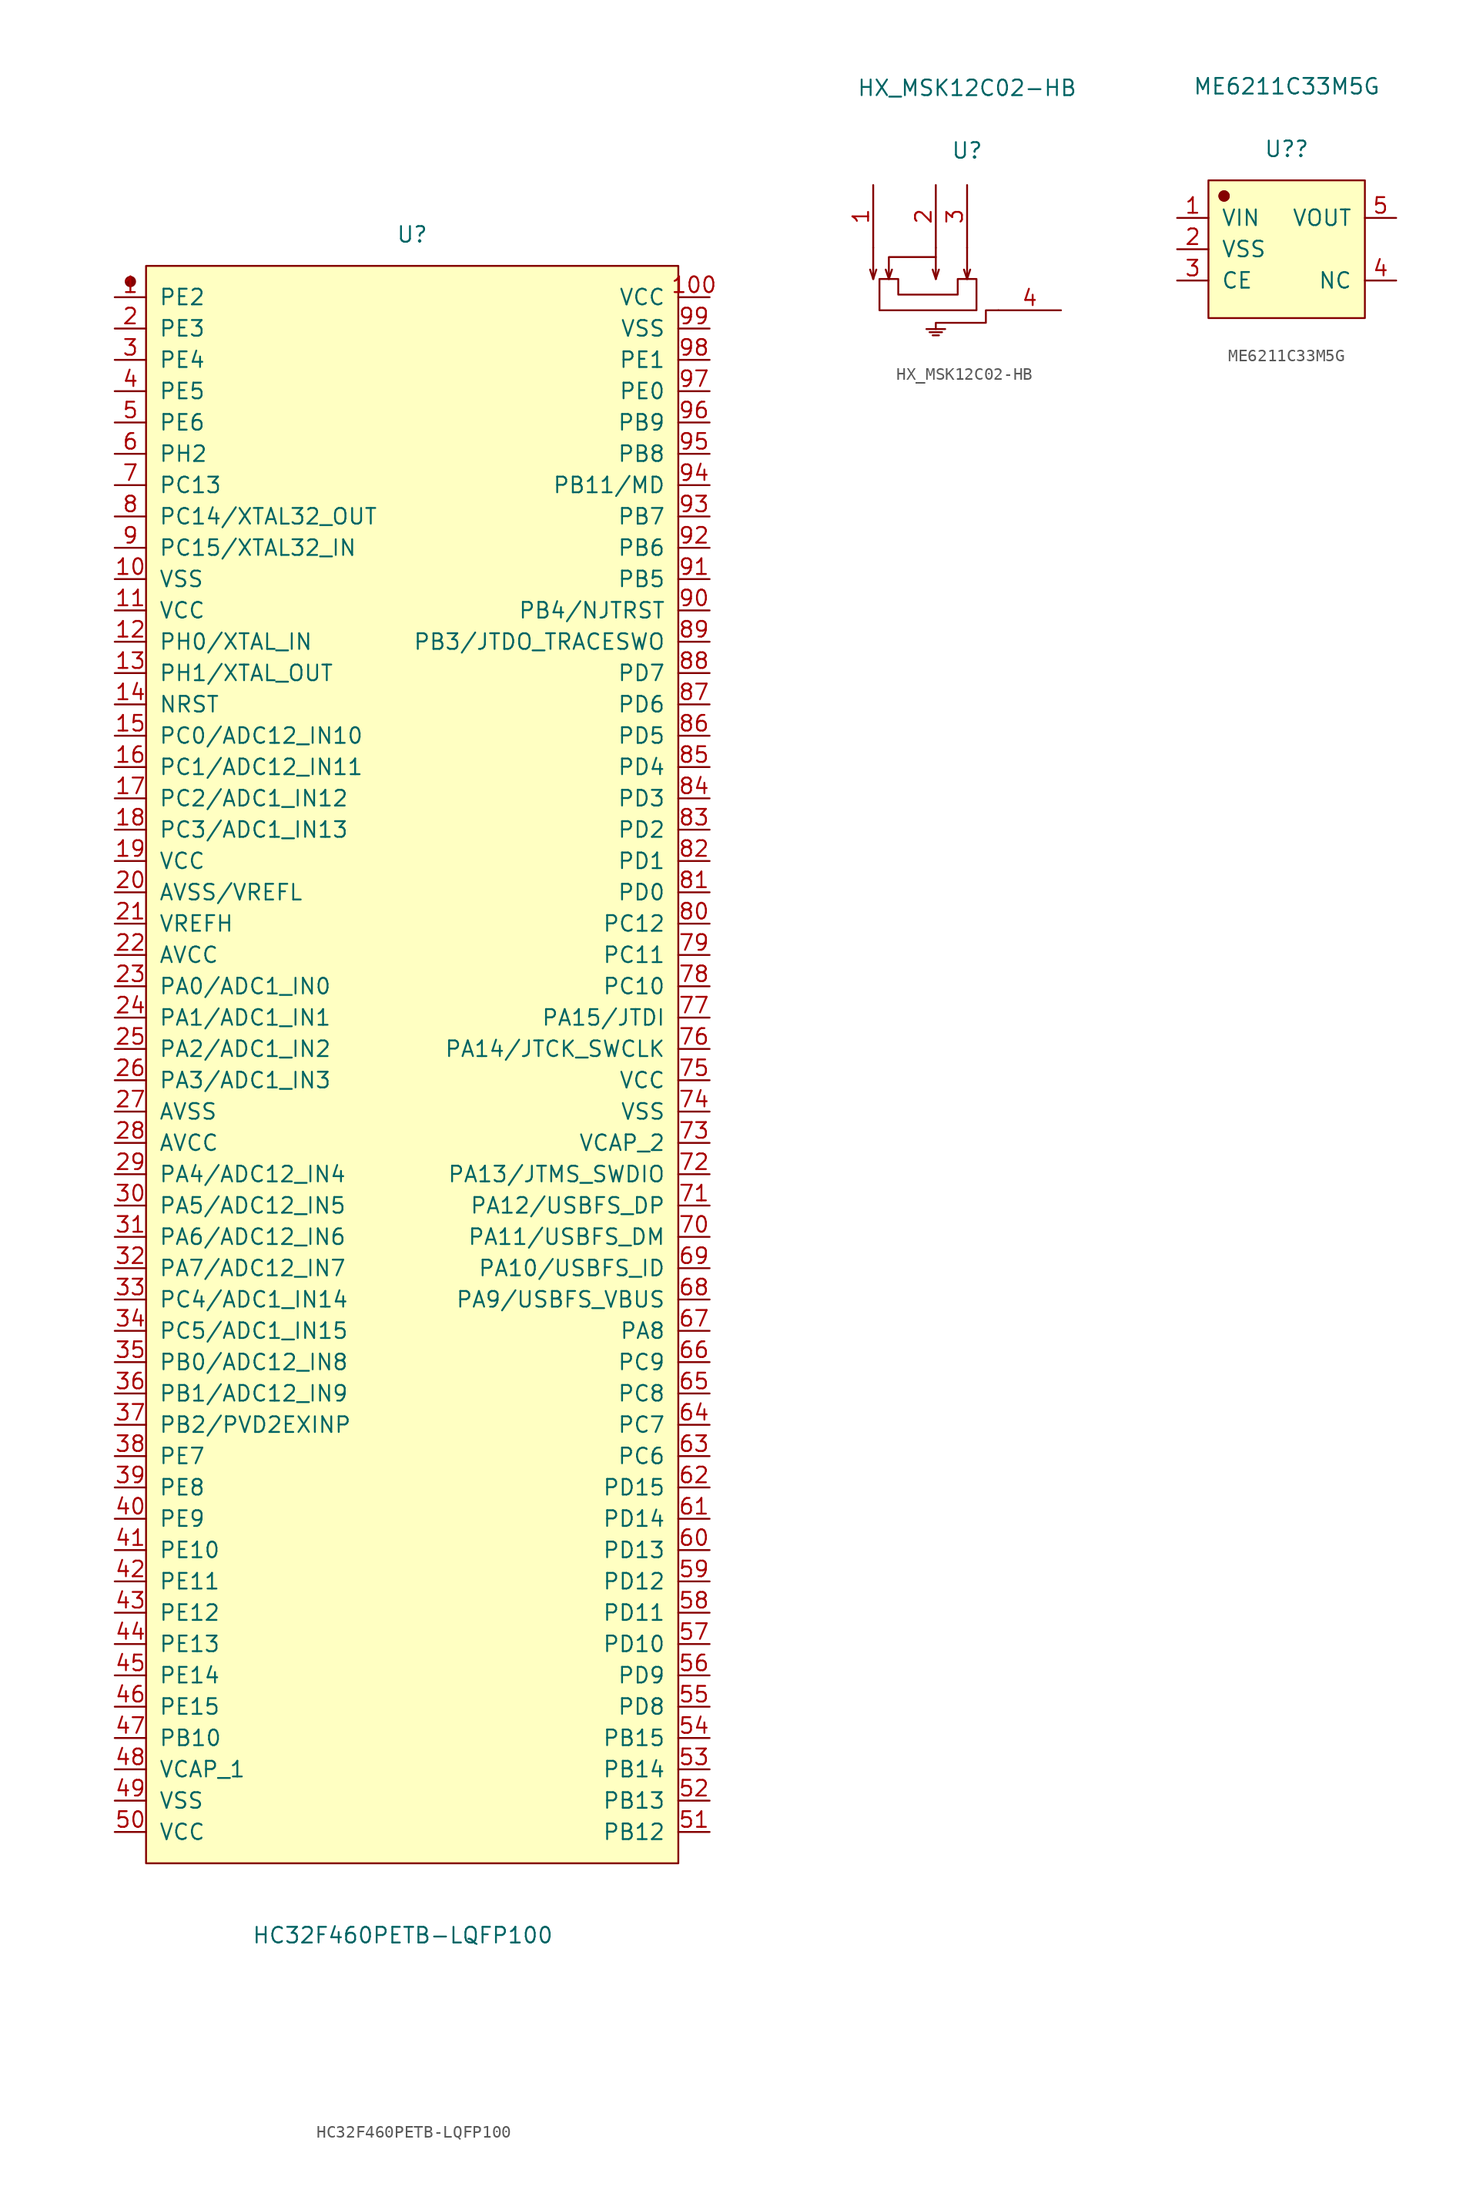
<source format=kicad_sym>
(kicad_symbol_lib
  (version 20231120)
  (generator "kicad_symbol_editor")
  (generator_version "8.0")
  (symbol "HC32F460PETB-LQFP100"
    (pin_names
      (offset 1.016))
    (property "Reference" "U"
      (at 0 67.31 0)
      (effects (font (size 1.27 1.27))))
    (property "Value" "HC32F460PETB-LQFP100"
      (at -0.762 -70.612 0)
      (effects (font (size 1.27 1.27))))
    (symbol "HC32F460PETB-LQFP100_1_1"
      (circle (center -22.86 63.5) (radius 0.381) (stroke (width 0.152) (type solid)) (fill (type outline)))
      (rectangle (start -21.59 64.77) (end 21.59 -64.77) (stroke (width 0.152) (type solid)) (fill (type background)))
      (pin input line (at -24.13 62.23 0) (length 2.54) (name "PE2" (effects (font (size 1.27 1.27)))) (number "1" (effects (font (size 1.27 1.27)))))
      (pin input line (at -24.13 39.37 0) (length 2.54) (name "VSS" (effects (font (size 1.27 1.27)))) (number "10" (effects (font (size 1.27 1.27)))))
      (pin input line (at 24.13 62.23 180) (length 2.54) (name "VCC" (effects (font (size 1.27 1.27)))) (number "100" (effects (font (size 1.27 1.27)))))
      (pin input line (at -24.13 36.83 0) (length 2.54) (name "VCC" (effects (font (size 1.27 1.27)))) (number "11" (effects (font (size 1.27 1.27)))))
      (pin input line (at -24.13 34.29 0) (length 2.54) (name "PH0/XTAL_IN" (effects (font (size 1.27 1.27)))) (number "12" (effects (font (size 1.27 1.27)))))
      (pin input line (at -24.13 31.75 0) (length 2.54) (name "PH1/XTAL_OUT" (effects (font (size 1.27 1.27)))) (number "13" (effects (font (size 1.27 1.27)))))
      (pin input line (at -24.13 29.21 0) (length 2.54) (name "NRST" (effects (font (size 1.27 1.27)))) (number "14" (effects (font (size 1.27 1.27)))))
      (pin input line (at -24.13 26.67 0) (length 2.54) (name "PC0/ADC12_IN10" (effects (font (size 1.27 1.27)))) (number "15" (effects (font (size 1.27 1.27)))))
      (pin input line (at -24.13 24.13 0) (length 2.54) (name "PC1/ADC12_IN11" (effects (font (size 1.27 1.27)))) (number "16" (effects (font (size 1.27 1.27)))))
      (pin input line (at -24.13 21.59 0) (length 2.54) (name "PC2/ADC1_IN12" (effects (font (size 1.27 1.27)))) (number "17" (effects (font (size 1.27 1.27)))))
      (pin input line (at -24.13 19.05 0) (length 2.54) (name "PC3/ADC1_IN13" (effects (font (size 1.27 1.27)))) (number "18" (effects (font (size 1.27 1.27)))))
      (pin input line (at -24.13 16.51 0) (length 2.54) (name "VCC" (effects (font (size 1.27 1.27)))) (number "19" (effects (font (size 1.27 1.27)))))
      (pin input line (at -24.13 59.69 0) (length 2.54) (name "PE3" (effects (font (size 1.27 1.27)))) (number "2" (effects (font (size 1.27 1.27)))))
      (pin input line (at -24.13 13.97 0) (length 2.54) (name "AVSS/VREFL" (effects (font (size 1.27 1.27)))) (number "20" (effects (font (size 1.27 1.27)))))
      (pin input line (at -24.13 11.43 0) (length 2.54) (name "VREFH" (effects (font (size 1.27 1.27)))) (number "21" (effects (font (size 1.27 1.27)))))
      (pin input line (at -24.13 8.89 0) (length 2.54) (name "AVCC" (effects (font (size 1.27 1.27)))) (number "22" (effects (font (size 1.27 1.27)))))
      (pin input line (at -24.13 6.35 0) (length 2.54) (name "PA0/ADC1_IN0" (effects (font (size 1.27 1.27)))) (number "23" (effects (font (size 1.27 1.27)))))
      (pin input line (at -24.13 3.81 0) (length 2.54) (name "PA1/ADC1_IN1" (effects (font (size 1.27 1.27)))) (number "24" (effects (font (size 1.27 1.27)))))
      (pin input line (at -24.13 1.27 0) (length 2.54) (name "PA2/ADC1_IN2" (effects (font (size 1.27 1.27)))) (number "25" (effects (font (size 1.27 1.27)))))
      (pin input line (at -24.13 -1.27 0) (length 2.54) (name "PA3/ADC1_IN3" (effects (font (size 1.27 1.27)))) (number "26" (effects (font (size 1.27 1.27)))))
      (pin input line (at -24.13 -3.81 0) (length 2.54) (name "AVSS" (effects (font (size 1.27 1.27)))) (number "27" (effects (font (size 1.27 1.27)))))
      (pin input line (at -24.13 -6.35 0) (length 2.54) (name "AVCC" (effects (font (size 1.27 1.27)))) (number "28" (effects (font (size 1.27 1.27)))))
      (pin input line (at -24.13 -8.89 0) (length 2.54) (name "PA4/ADC12_IN4" (effects (font (size 1.27 1.27)))) (number "29" (effects (font (size 1.27 1.27)))))
      (pin input line (at -24.13 57.15 0) (length 2.54) (name "PE4" (effects (font (size 1.27 1.27)))) (number "3" (effects (font (size 1.27 1.27)))))
      (pin input line (at -24.13 -11.43 0) (length 2.54) (name "PA5/ADC12_IN5" (effects (font (size 1.27 1.27)))) (number "30" (effects (font (size 1.27 1.27)))))
      (pin input line (at -24.13 -13.97 0) (length 2.54) (name "PA6/ADC12_IN6" (effects (font (size 1.27 1.27)))) (number "31" (effects (font (size 1.27 1.27)))))
      (pin input line (at -24.13 -16.51 0) (length 2.54) (name "PA7/ADC12_IN7" (effects (font (size 1.27 1.27)))) (number "32" (effects (font (size 1.27 1.27)))))
      (pin input line (at -24.13 -19.05 0) (length 2.54) (name "PC4/ADC1_IN14" (effects (font (size 1.27 1.27)))) (number "33" (effects (font (size 1.27 1.27)))))
      (pin input line (at -24.13 -21.59 0) (length 2.54) (name "PC5/ADC1_IN15" (effects (font (size 1.27 1.27)))) (number "34" (effects (font (size 1.27 1.27)))))
      (pin input line (at -24.13 -24.13 0) (length 2.54) (name "PB0/ADC12_IN8" (effects (font (size 1.27 1.27)))) (number "35" (effects (font (size 1.27 1.27)))))
      (pin input line (at -24.13 -26.67 0) (length 2.54) (name "PB1/ADC12_IN9" (effects (font (size 1.27 1.27)))) (number "36" (effects (font (size 1.27 1.27)))))
      (pin input line (at -24.13 -29.21 0) (length 2.54) (name "PB2/PVD2EXINP" (effects (font (size 1.27 1.27)))) (number "37" (effects (font (size 1.27 1.27)))))
      (pin input line (at -24.13 -31.75 0) (length 2.54) (name "PE7" (effects (font (size 1.27 1.27)))) (number "38" (effects (font (size 1.27 1.27)))))
      (pin input line (at -24.13 -34.29 0) (length 2.54) (name "PE8" (effects (font (size 1.27 1.27)))) (number "39" (effects (font (size 1.27 1.27)))))
      (pin input line (at -24.13 54.61 0) (length 2.54) (name "PE5" (effects (font (size 1.27 1.27)))) (number "4" (effects (font (size 1.27 1.27)))))
      (pin input line (at -24.13 -36.83 0) (length 2.54) (name "PE9" (effects (font (size 1.27 1.27)))) (number "40" (effects (font (size 1.27 1.27)))))
      (pin input line (at -24.13 -39.37 0) (length 2.54) (name "PE10" (effects (font (size 1.27 1.27)))) (number "41" (effects (font (size 1.27 1.27)))))
      (pin input line (at -24.13 -41.91 0) (length 2.54) (name "PE11" (effects (font (size 1.27 1.27)))) (number "42" (effects (font (size 1.27 1.27)))))
      (pin input line (at -24.13 -44.45 0) (length 2.54) (name "PE12" (effects (font (size 1.27 1.27)))) (number "43" (effects (font (size 1.27 1.27)))))
      (pin input line (at -24.13 -46.99 0) (length 2.54) (name "PE13" (effects (font (size 1.27 1.27)))) (number "44" (effects (font (size 1.27 1.27)))))
      (pin input line (at -24.13 -49.53 0) (length 2.54) (name "PE14" (effects (font (size 1.27 1.27)))) (number "45" (effects (font (size 1.27 1.27)))))
      (pin input line (at -24.13 -52.07 0) (length 2.54) (name "PE15" (effects (font (size 1.27 1.27)))) (number "46" (effects (font (size 1.27 1.27)))))
      (pin input line (at -24.13 -54.61 0) (length 2.54) (name "PB10" (effects (font (size 1.27 1.27)))) (number "47" (effects (font (size 1.27 1.27)))))
      (pin input line (at -24.13 -57.15 0) (length 2.54) (name "VCAP_1" (effects (font (size 1.27 1.27)))) (number "48" (effects (font (size 1.27 1.27)))))
      (pin input line (at -24.13 -59.69 0) (length 2.54) (name "VSS" (effects (font (size 1.27 1.27)))) (number "49" (effects (font (size 1.27 1.27)))))
      (pin input line (at -24.13 52.07 0) (length 2.54) (name "PE6" (effects (font (size 1.27 1.27)))) (number "5" (effects (font (size 1.27 1.27)))))
      (pin input line (at -24.13 -62.23 0) (length 2.54) (name "VCC" (effects (font (size 1.27 1.27)))) (number "50" (effects (font (size 1.27 1.27)))))
      (pin input line (at 24.13 -62.23 180) (length 2.54) (name "PB12" (effects (font (size 1.27 1.27)))) (number "51" (effects (font (size 1.27 1.27)))))
      (pin input line (at 24.13 -59.69 180) (length 2.54) (name "PB13" (effects (font (size 1.27 1.27)))) (number "52" (effects (font (size 1.27 1.27)))))
      (pin input line (at 24.13 -57.15 180) (length 2.54) (name "PB14" (effects (font (size 1.27 1.27)))) (number "53" (effects (font (size 1.27 1.27)))))
      (pin input line (at 24.13 -54.61 180) (length 2.54) (name "PB15" (effects (font (size 1.27 1.27)))) (number "54" (effects (font (size 1.27 1.27)))))
      (pin input line (at 24.13 -52.07 180) (length 2.54) (name "PD8" (effects (font (size 1.27 1.27)))) (number "55" (effects (font (size 1.27 1.27)))))
      (pin input line (at 24.13 -49.53 180) (length 2.54) (name "PD9" (effects (font (size 1.27 1.27)))) (number "56" (effects (font (size 1.27 1.27)))))
      (pin input line (at 24.13 -46.99 180) (length 2.54) (name "PD10" (effects (font (size 1.27 1.27)))) (number "57" (effects (font (size 1.27 1.27)))))
      (pin input line (at 24.13 -44.45 180) (length 2.54) (name "PD11" (effects (font (size 1.27 1.27)))) (number "58" (effects (font (size 1.27 1.27)))))
      (pin input line (at 24.13 -41.91 180) (length 2.54) (name "PD12" (effects (font (size 1.27 1.27)))) (number "59" (effects (font (size 1.27 1.27)))))
      (pin input line (at -24.13 49.53 0) (length 2.54) (name "PH2" (effects (font (size 1.27 1.27)))) (number "6" (effects (font (size 1.27 1.27)))))
      (pin input line (at 24.13 -39.37 180) (length 2.54) (name "PD13" (effects (font (size 1.27 1.27)))) (number "60" (effects (font (size 1.27 1.27)))))
      (pin input line (at 24.13 -36.83 180) (length 2.54) (name "PD14" (effects (font (size 1.27 1.27)))) (number "61" (effects (font (size 1.27 1.27)))))
      (pin input line (at 24.13 -34.29 180) (length 2.54) (name "PD15" (effects (font (size 1.27 1.27)))) (number "62" (effects (font (size 1.27 1.27)))))
      (pin input line (at 24.13 -31.75 180) (length 2.54) (name "PC6" (effects (font (size 1.27 1.27)))) (number "63" (effects (font (size 1.27 1.27)))))
      (pin input line (at 24.13 -29.21 180) (length 2.54) (name "PC7" (effects (font (size 1.27 1.27)))) (number "64" (effects (font (size 1.27 1.27)))))
      (pin input line (at 24.13 -26.67 180) (length 2.54) (name "PC8" (effects (font (size 1.27 1.27)))) (number "65" (effects (font (size 1.27 1.27)))))
      (pin input line (at 24.13 -24.13 180) (length 2.54) (name "PC9" (effects (font (size 1.27 1.27)))) (number "66" (effects (font (size 1.27 1.27)))))
      (pin input line (at 24.13 -21.59 180) (length 2.54) (name "PA8" (effects (font (size 1.27 1.27)))) (number "67" (effects (font (size 1.27 1.27)))))
      (pin input line (at 24.13 -19.05 180) (length 2.54) (name "PA9/USBFS_VBUS" (effects (font (size 1.27 1.27)))) (number "68" (effects (font (size 1.27 1.27)))))
      (pin input line (at 24.13 -16.51 180) (length 2.54) (name "PA10/USBFS_ID" (effects (font (size 1.27 1.27)))) (number "69" (effects (font (size 1.27 1.27)))))
      (pin input line (at -24.13 46.99 0) (length 2.54) (name "PC13" (effects (font (size 1.27 1.27)))) (number "7" (effects (font (size 1.27 1.27)))))
      (pin input line (at 24.13 -13.97 180) (length 2.54) (name "PA11/USBFS_DM" (effects (font (size 1.27 1.27)))) (number "70" (effects (font (size 1.27 1.27)))))
      (pin input line (at 24.13 -11.43 180) (length 2.54) (name "PA12/USBFS_DP" (effects (font (size 1.27 1.27)))) (number "71" (effects (font (size 1.27 1.27)))))
      (pin input line (at 24.13 -8.89 180) (length 2.54) (name "PA13/JTMS_SWDIO" (effects (font (size 1.27 1.27)))) (number "72" (effects (font (size 1.27 1.27)))))
      (pin input line (at 24.13 -6.35 180) (length 2.54) (name "VCAP_2" (effects (font (size 1.27 1.27)))) (number "73" (effects (font (size 1.27 1.27)))))
      (pin input line (at 24.13 -3.81 180) (length 2.54) (name "VSS" (effects (font (size 1.27 1.27)))) (number "74" (effects (font (size 1.27 1.27)))))
      (pin input line (at 24.13 -1.27 180) (length 2.54) (name "VCC" (effects (font (size 1.27 1.27)))) (number "75" (effects (font (size 1.27 1.27)))))
      (pin input line (at 24.13 1.27 180) (length 2.54) (name "PA14/JTCK_SWCLK" (effects (font (size 1.27 1.27)))) (number "76" (effects (font (size 1.27 1.27)))))
      (pin input line (at 24.13 3.81 180) (length 2.54) (name "PA15/JTDI" (effects (font (size 1.27 1.27)))) (number "77" (effects (font (size 1.27 1.27)))))
      (pin input line (at 24.13 6.35 180) (length 2.54) (name "PC10" (effects (font (size 1.27 1.27)))) (number "78" (effects (font (size 1.27 1.27)))))
      (pin input line (at 24.13 8.89 180) (length 2.54) (name "PC11" (effects (font (size 1.27 1.27)))) (number "79" (effects (font (size 1.27 1.27)))))
      (pin input line (at -24.13 44.45 0) (length 2.54) (name "PC14/XTAL32_OUT" (effects (font (size 1.27 1.27)))) (number "8" (effects (font (size 1.27 1.27)))))
      (pin input line (at 24.13 11.43 180) (length 2.54) (name "PC12" (effects (font (size 1.27 1.27)))) (number "80" (effects (font (size 1.27 1.27)))))
      (pin input line (at 24.13 13.97 180) (length 2.54) (name "PD0" (effects (font (size 1.27 1.27)))) (number "81" (effects (font (size 1.27 1.27)))))
      (pin input line (at 24.13 16.51 180) (length 2.54) (name "PD1" (effects (font (size 1.27 1.27)))) (number "82" (effects (font (size 1.27 1.27)))))
      (pin input line (at 24.13 19.05 180) (length 2.54) (name "PD2" (effects (font (size 1.27 1.27)))) (number "83" (effects (font (size 1.27 1.27)))))
      (pin input line (at 24.13 21.59 180) (length 2.54) (name "PD3" (effects (font (size 1.27 1.27)))) (number "84" (effects (font (size 1.27 1.27)))))
      (pin input line (at 24.13 24.13 180) (length 2.54) (name "PD4" (effects (font (size 1.27 1.27)))) (number "85" (effects (font (size 1.27 1.27)))))
      (pin input line (at 24.13 26.67 180) (length 2.54) (name "PD5" (effects (font (size 1.27 1.27)))) (number "86" (effects (font (size 1.27 1.27)))))
      (pin input line (at 24.13 29.21 180) (length 2.54) (name "PD6" (effects (font (size 1.27 1.27)))) (number "87" (effects (font (size 1.27 1.27)))))
      (pin input line (at 24.13 31.75 180) (length 2.54) (name "PD7" (effects (font (size 1.27 1.27)))) (number "88" (effects (font (size 1.27 1.27)))))
      (pin input line (at 24.13 34.29 180) (length 2.54) (name "PB3/JTDO_TRACESWO" (effects (font (size 1.27 1.27)))) (number "89" (effects (font (size 1.27 1.27)))))
      (pin input line (at -24.13 41.91 0) (length 2.54) (name "PC15/XTAL32_IN" (effects (font (size 1.27 1.27)))) (number "9" (effects (font (size 1.27 1.27)))))
      (pin input line (at 24.13 36.83 180) (length 2.54) (name "PB4/NJTRST" (effects (font (size 1.27 1.27)))) (number "90" (effects (font (size 1.27 1.27)))))
      (pin input line (at 24.13 39.37 180) (length 2.54) (name "PB5" (effects (font (size 1.27 1.27)))) (number "91" (effects (font (size 1.27 1.27)))))
      (pin input line (at 24.13 41.91 180) (length 2.54) (name "PB6" (effects (font (size 1.27 1.27)))) (number "92" (effects (font (size 1.27 1.27)))))
      (pin input line (at 24.13 44.45 180) (length 2.54) (name "PB7" (effects (font (size 1.27 1.27)))) (number "93" (effects (font (size 1.27 1.27)))))
      (pin input line (at 24.13 46.99 180) (length 2.54) (name "PB11/MD" (effects (font (size 1.27 1.27)))) (number "94" (effects (font (size 1.27 1.27)))))
      (pin input line (at 24.13 49.53 180) (length 2.54) (name "PB8" (effects (font (size 1.27 1.27)))) (number "95" (effects (font (size 1.27 1.27)))))
      (pin input line (at 24.13 52.07 180) (length 2.54) (name "PB9" (effects (font (size 1.27 1.27)))) (number "96" (effects (font (size 1.27 1.27)))))
      (pin input line (at 24.13 54.61 180) (length 2.54) (name "PE0" (effects (font (size 1.27 1.27)))) (number "97" (effects (font (size 1.27 1.27)))))
      (pin input line (at 24.13 57.15 180) (length 2.54) (name "PE1" (effects (font (size 1.27 1.27)))) (number "98" (effects (font (size 1.27 1.27)))))
      (pin input line (at 24.13 59.69 180) (length 2.54) (name "VSS" (effects (font (size 1.27 1.27)))) (number "99" (effects (font (size 1.27 1.27)))))))
  (symbol "HX_MSK12C02-HB"
    (pin_names
      (offset 1.016) hide)
    (property "Reference" "U"
      (at 0 7.874 0)
      (effects (font (size 1.27 1.27))))
    (property "Value" "HX_MSK12C02-HB"
      (at 0 12.954 0)
      (effects (font (size 1.27 1.27))))
    (symbol "HX_MSK12C02-HB_1_1"
      (polyline (pts (xy -7.62 -2.54) (xy -7.874 -1.778)) (stroke (width 0.152) (type solid)) (fill (type none)))
      (polyline (pts (xy -7.62 -2.54) (xy -7.366 -1.778)) (stroke (width 0.152) (type solid)) (fill (type none)))
      (polyline (pts (xy -7.62 -1.778) (xy -7.62 -2.54)) (stroke (width 0.152) (type solid)) (fill (type none)))
      (polyline (pts (xy -7.62 0) (xy -7.62 -1.778)) (stroke (width 0.152) (type solid)) (fill (type none)))
      (polyline (pts (xy -6.35 -2.54) (xy -6.604 -1.778)) (stroke (width 0.152) (type solid)) (fill (type none)))
      (polyline (pts (xy -3.302 -6.604) (xy -1.778 -6.604)) (stroke (width 0.152) (type solid)) (fill (type none)))
      (polyline (pts (xy -3.048 -6.858) (xy -2.032 -6.858)) (stroke (width 0.152) (type solid)) (fill (type none)))
      (polyline (pts (xy -2.794 -7.112) (xy -2.286 -7.112)) (stroke (width 0.152) (type solid)) (fill (type none)))
      (polyline (pts (xy -2.54 -2.54) (xy -2.794 -1.778)) (stroke (width 0.152) (type solid)) (fill (type none)))
      (polyline (pts (xy -2.54 -2.54) (xy -2.286 -1.778)) (stroke (width 0.152) (type solid)) (fill (type none)))
      (polyline (pts (xy -2.54 -1.778) (xy -2.54 -2.54)) (stroke (width 0.152) (type solid)) (fill (type none)))
      (polyline (pts (xy -2.54 0) (xy -2.54 -1.778)) (stroke (width 0.152) (type solid)) (fill (type none)))
      (polyline (pts (xy 0 -2.54) (xy -0.254 -1.778)) (stroke (width 0.152) (type solid)) (fill (type none)))
      (polyline (pts (xy 0 0) (xy 0 -2.54) (xy 0.254 -1.778)) (stroke (width 0.152) (type solid)) (fill (type none)))
      (polyline (pts (xy -2.54 -0.762) (xy -6.35 -0.762) (xy -6.35 -2.54) (xy -6.096 -1.778)) (stroke (width 0.152) (type solid)) (fill (type none)))
      (polyline (pts (xy 2.54 -5.08) (xy 1.524 -5.08) (xy 1.524 -6.096) (xy -2.54 -6.096) (xy -2.54 -6.604)) (stroke (width 0.152) (type solid)) (fill (type none)))
      (polyline (pts (xy -6.858 -2.54) (xy -5.588 -2.54) (xy -5.588 -3.81) (xy -0.762 -3.81) (xy -0.762 -2.54) (xy 0.762 -2.54) (xy 0.762 -5.08) (xy -7.112 -5.08) (xy -7.112 -2.54) (xy -6.858 -2.54)) (stroke (width 0.152) (type solid)) (fill (type none)))
      (pin input line (at -7.62 5.08 270) (length 5.08) (name "1" (effects (font (size 1.27 1.27)))) (number "1" (effects (font (size 1.27 1.27)))))
      (pin input line (at -2.54 5.08 270) (length 5.08) (name "2" (effects (font (size 1.27 1.27)))) (number "2" (effects (font (size 1.27 1.27)))))
      (pin input line (at 0 5.08 270) (length 5.08) (name "3" (effects (font (size 1.27 1.27)))) (number "3" (effects (font (size 1.27 1.27)))))
      (pin input line (at 7.62 -5.08 180) (length 5.08) (name "4" (effects (font (size 1.27 1.27)))) (number "4" (effects (font (size 1.27 1.27)))))))
  (symbol "ME6211C33M5G"
    (pin_names
      (offset 1.016))
    (property "Reference" "U?"
      (at 0 8.128 0)
      (effects (font (size 1.27 1.27))))
    (property "Value" "ME6211C33M5G"
      (at 0 13.208 0)
      (effects (font (size 1.27 1.27))))
    (symbol "ME6211C33M5G_1_1"
      (rectangle (start -6.35 5.588) (end 6.35 -5.588) (stroke (width 0.152) (type solid)) (fill (type background)))
      (circle (center -5.08 4.318) (radius 0.381) (stroke (width 0.152) (type solid)) (fill (type outline)))
      (circle (center -5.08 4.318) (radius 0.381) (stroke (width 0.152) (type solid)) (fill (type outline)))
      (pin input line (at -8.89 2.54 0) (length 2.54) (name "VIN" (effects (font (size 1.27 1.27)))) (number "1" (effects (font (size 1.27 1.27)))))
      (pin input line (at -8.89 0 0) (length 2.54) (name "VSS" (effects (font (size 1.27 1.27)))) (number "2" (effects (font (size 1.27 1.27)))))
      (pin input line (at -8.89 -2.54 0) (length 2.54) (name "CE" (effects (font (size 1.27 1.27)))) (number "3" (effects (font (size 1.27 1.27)))))
      (pin input line (at 8.89 -2.54 180) (length 2.54) (name "NC" (effects (font (size 1.27 1.27)))) (number "4" (effects (font (size 1.27 1.27)))))
      (pin input line (at 8.89 2.54 180) (length 2.54) (name "VOUT" (effects (font (size 1.27 1.27)))) (number "5" (effects (font (size 1.27 1.27))))))))
</source>
